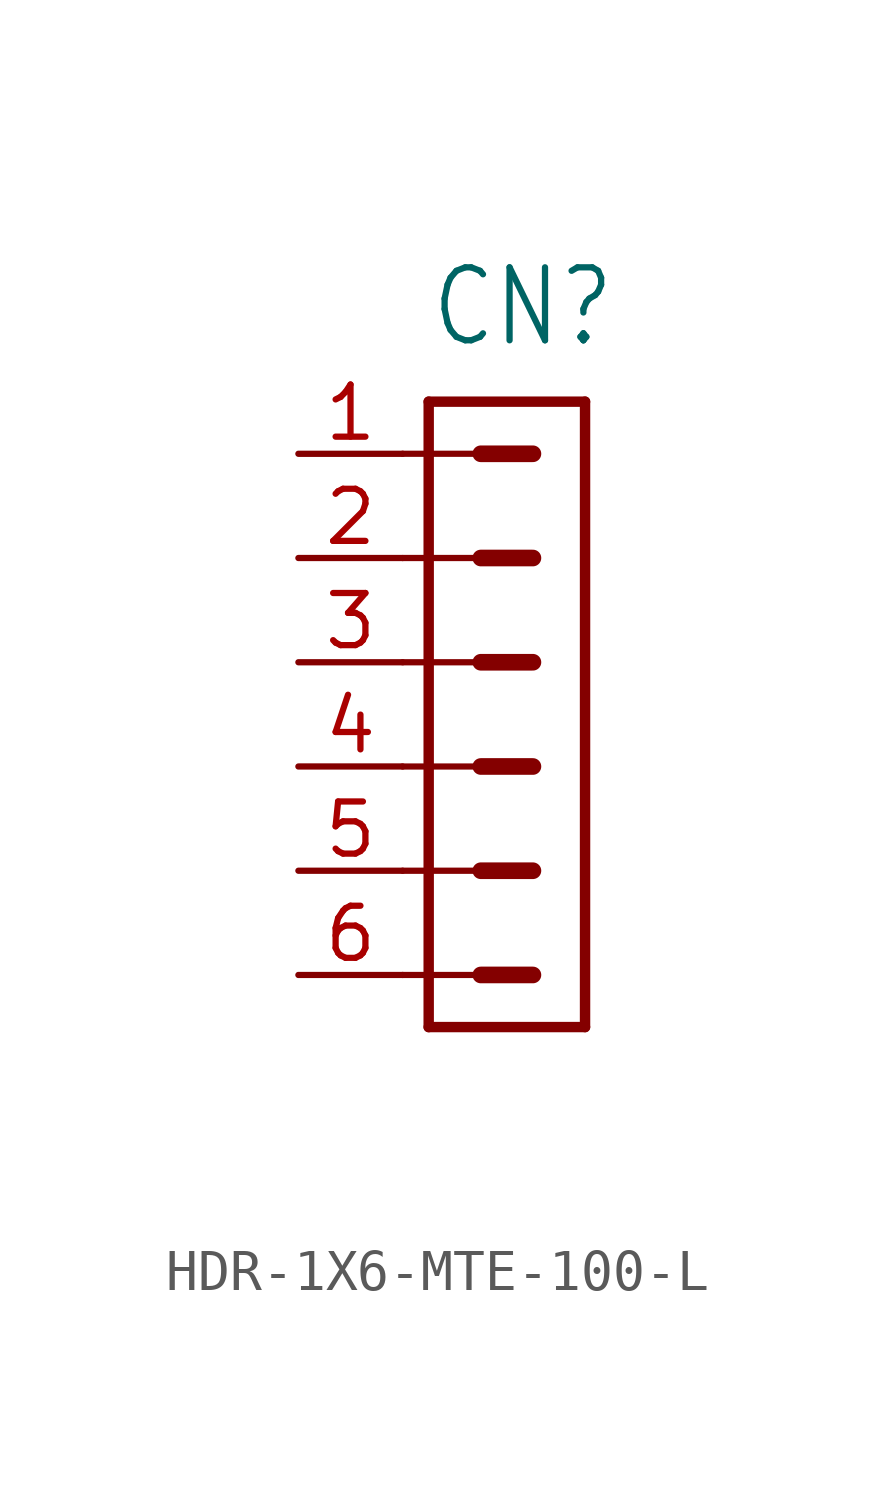
<source format=kicad_sym>
(kicad_symbol_lib
  (version 20220914)
  (generator kicad_symbol_editor)
  (symbol "HDR-1X6-MTE-100-L"
    (property "Reference" "CN"
      (at -1.905 7.62 0)
      (effects (font (size 1.778 1.511)) (justify left bottom)))
    (property "Value" ""
      (at -1.905 -11.748 0)
      (effects (font (size 1.778 1.511)) (justify left bottom)))
    (property "ki_locked" ""
      (at 0 0 0)
      (effects (font (size 1.27 1.27))))
    (symbol "HDR-1X6-MTE-100-L_1_0"
      (polyline (pts (xy -2.54 -7.62) (xy -0.635 -7.62)) (stroke (width 0.152) (type solid)) (fill (type none)))
      (polyline (pts (xy -2.54 -5.08) (xy -0.635 -5.08)) (stroke (width 0.152) (type solid)) (fill (type none)))
      (polyline (pts (xy -2.54 -2.54) (xy -0.635 -2.54)) (stroke (width 0.152) (type solid)) (fill (type none)))
      (polyline (pts (xy -2.54 0) (xy -0.635 0)) (stroke (width 0.152) (type solid)) (fill (type none)))
      (polyline (pts (xy -2.54 2.54) (xy -0.635 2.54)) (stroke (width 0.152) (type solid)) (fill (type none)))
      (polyline (pts (xy -2.54 5.08) (xy -0.635 5.08)) (stroke (width 0.152) (type solid)) (fill (type none)))
      (polyline (pts (xy -1.905 -8.89) (xy -1.905 6.35)) (stroke (width 0.254) (type solid)) (fill (type none)))
      (polyline (pts (xy -1.905 -8.89) (xy 1.905 -8.89)) (stroke (width 0.254) (type solid)) (fill (type none)))
      (polyline (pts (xy -0.635 -7.62) (xy 0.635 -7.62)) (stroke (width 0.406) (type solid)) (fill (type none)))
      (polyline (pts (xy -0.635 -5.08) (xy 0.635 -5.08)) (stroke (width 0.406) (type solid)) (fill (type none)))
      (polyline (pts (xy -0.635 -2.54) (xy 0.635 -2.54)) (stroke (width 0.406) (type solid)) (fill (type none)))
      (polyline (pts (xy -0.635 0) (xy 0.635 0)) (stroke (width 0.406) (type solid)) (fill (type none)))
      (polyline (pts (xy -0.635 2.54) (xy 0.635 2.54)) (stroke (width 0.406) (type solid)) (fill (type none)))
      (polyline (pts (xy -0.635 5.08) (xy 0.635 5.08)) (stroke (width 0.406) (type solid)) (fill (type none)))
      (polyline (pts (xy 1.905 6.35) (xy -1.905 6.35)) (stroke (width 0.254) (type solid)) (fill (type none)))
      (polyline (pts (xy 1.905 6.35) (xy 1.905 -8.89)) (stroke (width 0.254) (type solid)) (fill (type none)))
      (pin passive line (at -5.08 5.08 0) (length 2.54) (name "1" (effects (font (size 0 0)))) (number "1" (effects (font (size 1.27 1.27)))))
      (pin passive line (at -5.08 2.54 0) (length 2.54) (name "2" (effects (font (size 0 0)))) (number "2" (effects (font (size 1.27 1.27)))))
      (pin passive line (at -5.08 0 0) (length 2.54) (name "3" (effects (font (size 0 0)))) (number "3" (effects (font (size 1.27 1.27)))))
      (pin passive line (at -5.08 -2.54 0) (length 2.54) (name "4" (effects (font (size 0 0)))) (number "4" (effects (font (size 1.27 1.27)))))
      (pin passive line (at -5.08 -5.08 0) (length 2.54) (name "5" (effects (font (size 0 0)))) (number "5" (effects (font (size 1.27 1.27)))))
      (pin passive line (at -5.08 -7.62 0) (length 2.54) (name "6" (effects (font (size 0 0)))) (number "6" (effects (font (size 1.27 1.27))))))))
</source>
